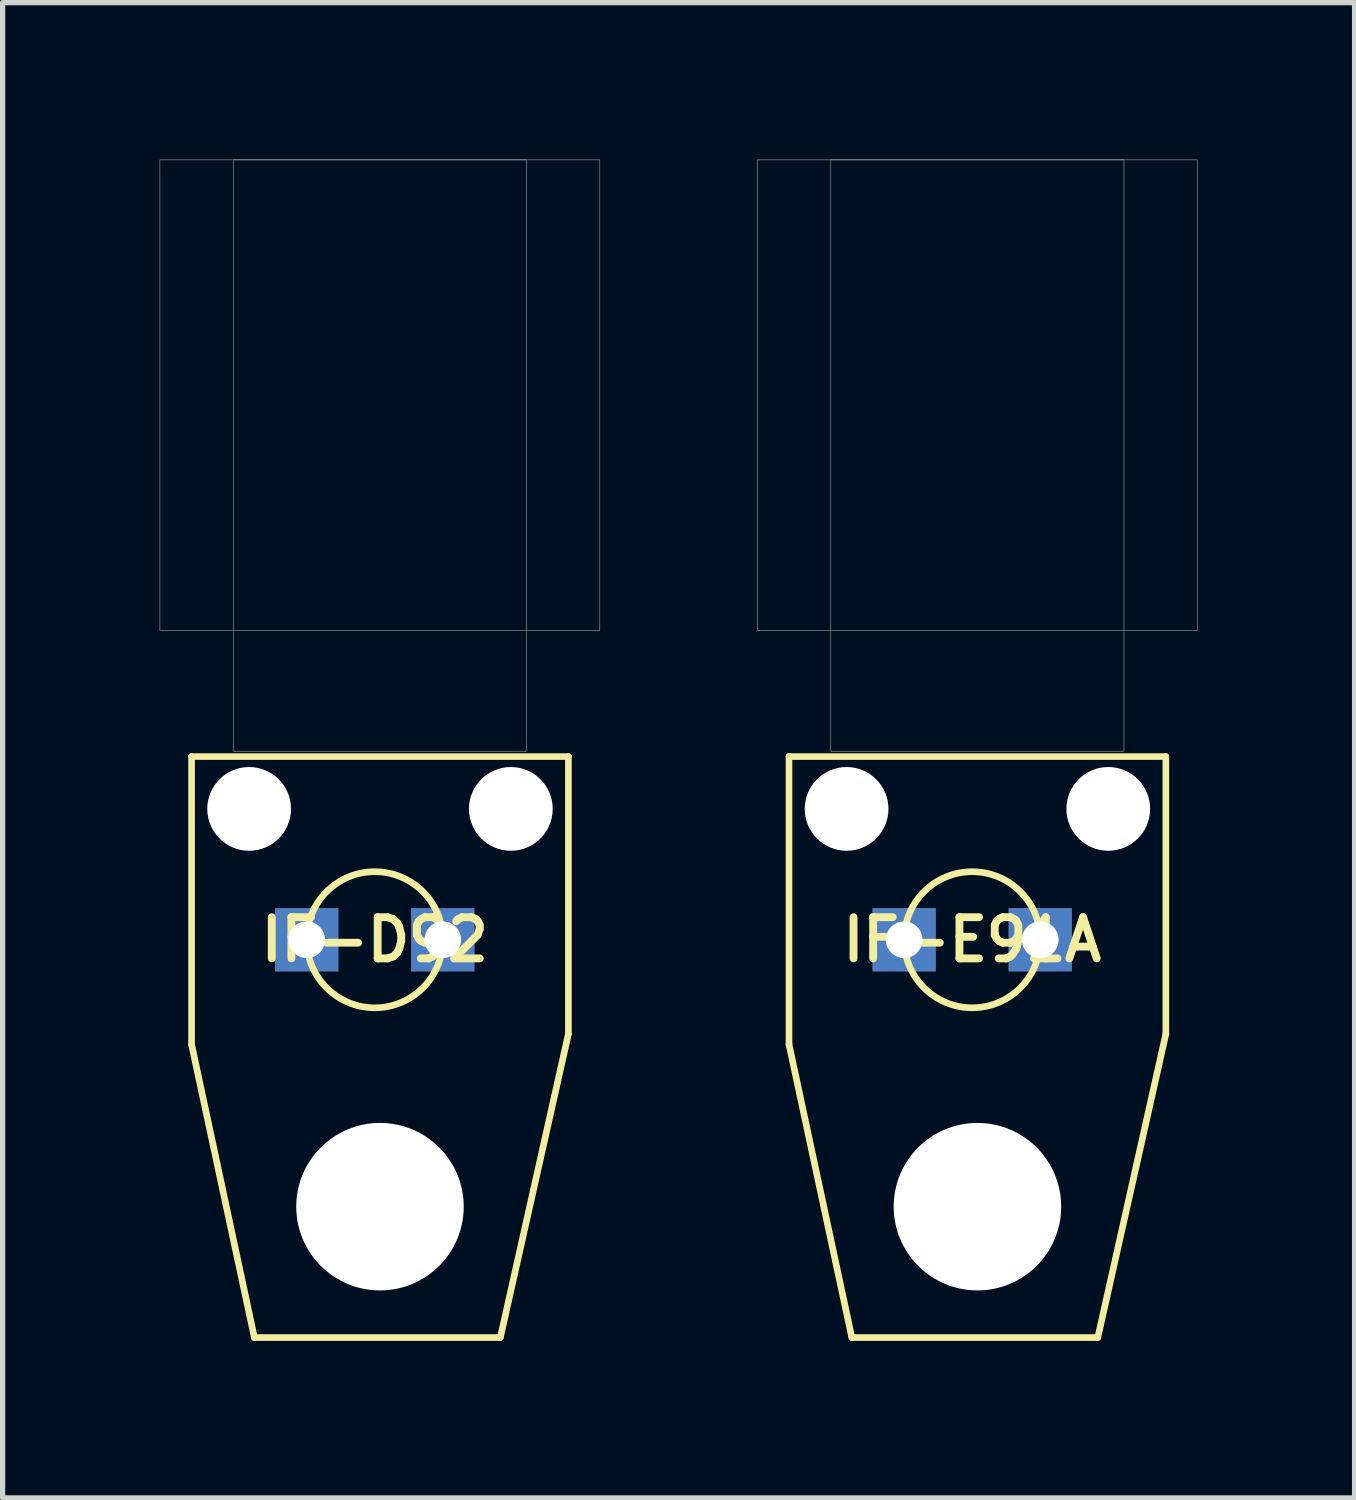
<source format=kicad_pcb>
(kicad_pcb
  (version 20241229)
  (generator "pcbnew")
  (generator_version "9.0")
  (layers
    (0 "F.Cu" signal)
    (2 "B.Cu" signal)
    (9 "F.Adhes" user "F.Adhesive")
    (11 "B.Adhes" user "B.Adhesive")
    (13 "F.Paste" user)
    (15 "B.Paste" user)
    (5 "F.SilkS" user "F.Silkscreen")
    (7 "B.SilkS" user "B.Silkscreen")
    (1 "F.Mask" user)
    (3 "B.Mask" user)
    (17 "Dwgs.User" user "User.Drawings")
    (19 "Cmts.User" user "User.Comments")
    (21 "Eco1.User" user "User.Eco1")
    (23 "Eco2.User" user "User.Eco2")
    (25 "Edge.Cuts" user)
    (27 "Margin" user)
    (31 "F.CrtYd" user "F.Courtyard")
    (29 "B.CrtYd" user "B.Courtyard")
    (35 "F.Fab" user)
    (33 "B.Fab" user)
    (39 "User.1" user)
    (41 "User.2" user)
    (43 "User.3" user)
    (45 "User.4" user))
  (footprint "IF-E91A"
    (layer "F.Cu")
    (at 15.525 14.905)
    (property "Reference" "IF-E91A" (at 0 0 0) (layer "F.SilkS") (effects (font (size 0.787 0.787) (thickness 0.15))))
    (attr through_hole)
    (fp_line (start -3.5 -3.5) (end -3.5 2) (stroke (width 0.127) (type solid)) (layer "F.SilkS"))
    (fp_line (start -3.5 -3.5) (end 3.7 -3.5) (stroke (width 0.127) (type solid)) (layer "F.SilkS"))
    (fp_line (start -3.5 2) (end -2.3 7.6) (stroke (width 0.127) (type solid)) (layer "F.SilkS"))
    (fp_line (start -2.3 7.6) (end 2.4 7.6) (stroke (width 0.127) (type solid)) (layer "F.SilkS"))
    (fp_line (start 2.4 7.6) (end 3.7 1.8) (stroke (width 0.127) (type solid)) (layer "F.SilkS"))
    (fp_line (start 3.7 -3.5) (end 3.7 1.8) (stroke (width 0.127) (type solid)) (layer "F.SilkS"))
    (fp_circle (center 0 0) (end 1.3 0) (stroke (width 0.127) (type solid)) (fill no) (layer "F.SilkS"))
    (fp_poly (pts (xy -4.105 -14.9) (xy 4.3 -14.9) (xy 4.3 -5.908) (xy -4.105 -5.908)) (stroke (width 0.01) (type solid)) (fill no) (layer "F.Fab"))
    (fp_poly (pts (xy -2.702 -14.9) (xy 2.9 -14.9) (xy 2.9 -3.603) (xy -2.702 -3.603)) (stroke (width 0.01) (type solid)) (fill no) (layer "F.Fab"))
    (pad "" np_thru_hole circle (at -2.4 -2.5) (size 1.6 1.6) (drill 1.6) (layers "*.Cu" "*.Mask"))
    (pad "" np_thru_hole circle (at 0.1 5.1) (size 3.2 3.2) (drill 3.2) (layers "*.Cu" "*.Mask"))
    (pad "" np_thru_hole circle (at 2.6 -2.5) (size 1.6 1.6) (drill 1.6) (layers "*.Cu" "*.Mask"))
    (pad "1" thru_hole rect (at 1.3 0) (size 1.208 1.208) (drill 0.7) (layers "*.Cu" "*.Mask"))
    (pad "2" thru_hole rect (at -1.3 0) (size 1.208 1.208) (drill 0.7) (layers "*.Cu" "*.Mask")))
  (footprint "IF-D92"
    (layer "F.Cu")
    (at 4.11 14.905)
    (property "Reference" "IF-D92" (at 0 0 0) (layer "F.SilkS") (effects (font (size 0.787 0.787) (thickness 0.15))))
    (attr through_hole)
    (fp_line (start -3.5 -3.5) (end -3.5 2) (stroke (width 0.127) (type solid)) (layer "F.SilkS"))
    (fp_line (start -3.5 -3.5) (end 3.7 -3.5) (stroke (width 0.127) (type solid)) (layer "F.SilkS"))
    (fp_line (start -3.5 2) (end -2.3 7.6) (stroke (width 0.127) (type solid)) (layer "F.SilkS"))
    (fp_line (start -2.3 7.6) (end 2.4 7.6) (stroke (width 0.127) (type solid)) (layer "F.SilkS"))
    (fp_line (start 2.4 7.6) (end 3.7 1.8) (stroke (width 0.127) (type solid)) (layer "F.SilkS"))
    (fp_line (start 3.7 -3.5) (end 3.7 1.8) (stroke (width 0.127) (type solid)) (layer "F.SilkS"))
    (fp_circle (center 0 0) (end 1.3 0) (stroke (width 0.127) (type solid)) (fill no) (layer "F.SilkS"))
    (fp_poly (pts (xy -4.105 -14.9) (xy 4.3 -14.9) (xy 4.3 -5.908) (xy -4.105 -5.908)) (stroke (width 0.01) (type solid)) (fill no) (layer "F.Fab"))
    (fp_poly (pts (xy -2.702 -14.9) (xy 2.9 -14.9) (xy 2.9 -3.603) (xy -2.702 -3.603)) (stroke (width 0.01) (type solid)) (fill no) (layer "F.Fab"))
    (pad "" np_thru_hole circle (at -2.4 -2.5) (size 1.6 1.6) (drill 1.6) (layers "*.Cu" "*.Mask"))
    (pad "" np_thru_hole circle (at 0.1 5.1) (size 3.2 3.2) (drill 3.2) (layers "*.Cu" "*.Mask"))
    (pad "" np_thru_hole circle (at 2.6 -2.5) (size 1.6 1.6) (drill 1.6) (layers "*.Cu" "*.Mask"))
    (pad "1" thru_hole rect (at 1.3 0) (size 1.208 1.208) (drill 0.7) (layers "*.Cu" "*.Mask"))
    (pad "2" thru_hole rect (at -1.3 0) (size 1.208 1.208) (drill 0.7) (layers "*.Cu" "*.Mask")))
  (gr_rect
    (start -3 -3)
    (end 22.831 25.569)
    (stroke (width 0.1) (type default))
    (fill no)
    (layer "Edge.Cuts")))
</source>
